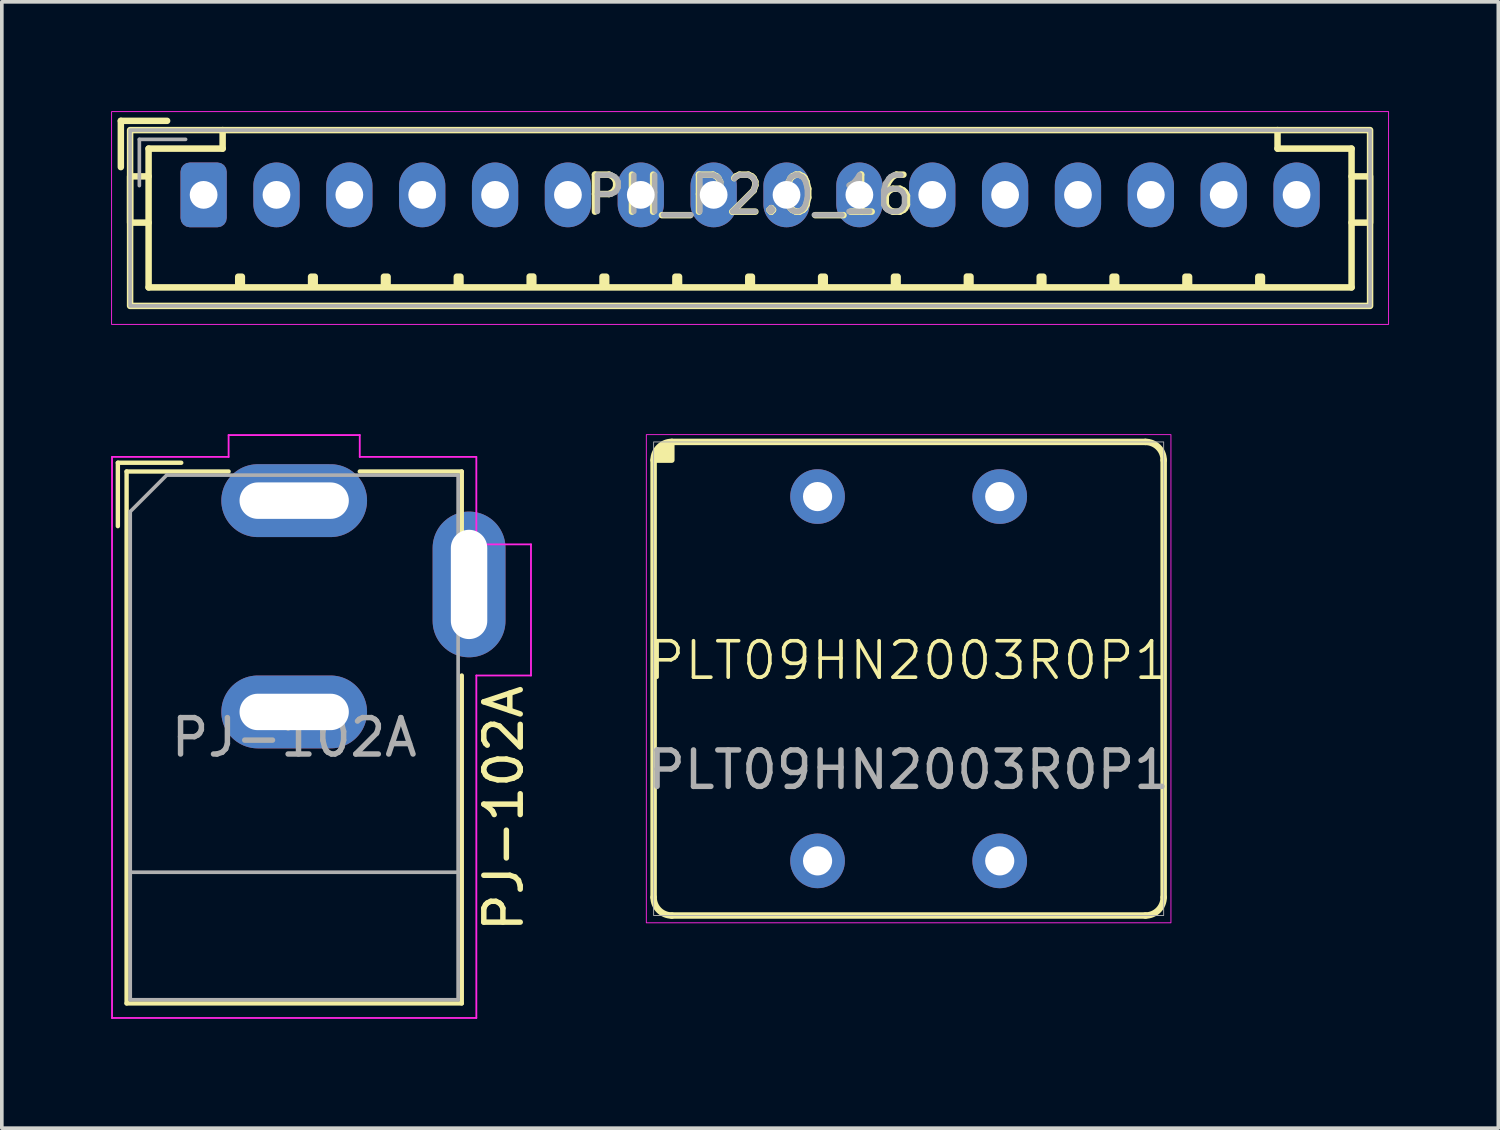
<source format=kicad_pcb>
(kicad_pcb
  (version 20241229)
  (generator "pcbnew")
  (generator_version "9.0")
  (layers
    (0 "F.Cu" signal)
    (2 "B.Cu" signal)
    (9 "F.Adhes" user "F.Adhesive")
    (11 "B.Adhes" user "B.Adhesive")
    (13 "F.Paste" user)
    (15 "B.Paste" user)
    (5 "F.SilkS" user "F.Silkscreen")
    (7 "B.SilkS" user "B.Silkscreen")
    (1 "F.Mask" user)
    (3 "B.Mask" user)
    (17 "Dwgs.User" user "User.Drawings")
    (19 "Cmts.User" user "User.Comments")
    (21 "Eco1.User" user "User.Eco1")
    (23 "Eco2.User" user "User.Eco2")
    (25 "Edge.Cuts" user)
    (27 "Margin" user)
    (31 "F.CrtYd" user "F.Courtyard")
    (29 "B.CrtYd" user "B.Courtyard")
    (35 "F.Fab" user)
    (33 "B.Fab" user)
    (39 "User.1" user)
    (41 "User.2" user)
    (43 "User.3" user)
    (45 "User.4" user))
  (footprint "PJ-102A"
    (layer "F.Cu")
    (at 5.025 10.692)
    (property "Reference" "PJ-102A" (at 5.75 8.45 90) (layer "F.SilkS") (effects (font (size 1 1) (thickness 0.15))))
    (attr through_hole)
    (fp_line (start -4.84 -1.04) (end -3.1 -1.04) (stroke (width 0.12) (type solid)) (layer "F.SilkS"))
    (fp_line (start -4.84 0.7) (end -4.84 -1.04) (stroke (width 0.12) (type solid)) (layer "F.SilkS"))
    (fp_line (start -4.6 -0.8) (end -1.8 -0.8) (stroke (width 0.12) (type solid)) (layer "F.SilkS"))
    (fp_line (start -4.6 13.8) (end -4.6 -0.8) (stroke (width 0.12) (type solid)) (layer "F.SilkS"))
    (fp_line (start 1.8 -0.8) (end 4.6 -0.8) (stroke (width 0.12) (type solid)) (layer "F.SilkS"))
    (fp_line (start 4.6 -0.8) (end 4.6 1.2) (stroke (width 0.12) (type solid)) (layer "F.SilkS"))
    (fp_line (start 4.6 4.8) (end 4.6 13.8) (stroke (width 0.12) (type solid)) (layer "F.SilkS"))
    (fp_line (start 4.6 13.8) (end -4.6 13.8) (stroke (width 0.12) (type solid)) (layer "F.SilkS"))
    (fp_line (start -5 -1.2) (end -1.8 -1.2) (stroke (width 0.05) (type solid)) (layer "F.CrtYd"))
    (fp_line (start -5 14.2) (end -5 -1.2) (stroke (width 0.05) (type solid)) (layer "F.CrtYd"))
    (fp_line (start -1.8 -1.8) (end 1.8 -1.8) (stroke (width 0.05) (type solid)) (layer "F.CrtYd"))
    (fp_line (start -1.8 -1.2) (end -1.8 -1.8) (stroke (width 0.05) (type solid)) (layer "F.CrtYd"))
    (fp_line (start 1.8 -1.8) (end 1.8 -1.2) (stroke (width 0.05) (type solid)) (layer "F.CrtYd"))
    (fp_line (start 1.8 -1.2) (end 5 -1.2) (stroke (width 0.05) (type solid)) (layer "F.CrtYd"))
    (fp_line (start 5 -1.2) (end 5 1.2) (stroke (width 0.05) (type solid)) (layer "F.CrtYd"))
    (fp_line (start 5 1.2) (end 6.5 1.2) (stroke (width 0.05) (type solid)) (layer "F.CrtYd"))
    (fp_line (start 5 4.8) (end 5 14.2) (stroke (width 0.05) (type solid)) (layer "F.CrtYd"))
    (fp_line (start 5 14.2) (end -5 14.2) (stroke (width 0.05) (type solid)) (layer "F.CrtYd"))
    (fp_line (start 6.5 1.2) (end 6.5 4.8) (stroke (width 0.05) (type solid)) (layer "F.CrtYd"))
    (fp_line (start 6.5 4.8) (end 5 4.8) (stroke (width 0.05) (type solid)) (layer "F.CrtYd"))
    (fp_line (start -4.5 0.3) (end -3.5 -0.7) (stroke (width 0.1) (type solid)) (layer "F.Fab"))
    (fp_line (start -4.5 10.2) (end 4.5 10.2) (stroke (width 0.1) (type solid)) (layer "F.Fab"))
    (fp_line (start -4.5 13.7) (end -4.5 0.3) (stroke (width 0.1) (type solid)) (layer "F.Fab"))
    (fp_line (start -3.5 -0.7) (end 4.5 -0.7) (stroke (width 0.1) (type solid)) (layer "F.Fab"))
    (fp_line (start 4.5 -0.7) (end 4.5 13.7) (stroke (width 0.1) (type solid)) (layer "F.Fab"))
    (fp_line (start 4.5 13.7) (end -4.5 13.7) (stroke (width 0.1) (type solid)) (layer "F.Fab"))
    (fp_text user "${REFERENCE}" (at 0 6.5 0) (layer "F.Fab") (effects (font (size 1 1) (thickness 0.15))))
    (pad "1" thru_hole oval (at 0 0) (size 4 2) (drill oval 3 1) (layers "*.Cu" "*.Mask"))
    (pad "2" thru_hole oval (at 0 5.8) (size 4 2) (drill oval 3 1) (layers "*.Cu" "*.Mask"))
    (pad "3" thru_hole oval (at 4.8 2.3) (size 2 4) (drill oval 1 3) (layers "*.Cu" "*.Mask")))
  (footprint "PLT09HN2003R0P1"
    (layer "F.Cu")
    (at 21.891 15.58)
    (property "Reference" "PLT09HN2003R0P1" (at 0 -0.5 0) (unlocked yes) (layer "F.SilkS") (effects (font (size 1 1) (thickness 0.1))))
    (attr through_hole)
    (fp_line (start -7 6) (end -7 -6) (stroke (width 0.178) (type default)) (layer "F.SilkS"))
    (fp_line (start -6.5 -6.5) (end 6.5 -6.5) (stroke (width 0.178) (type default)) (layer "F.SilkS"))
    (fp_line (start 6.5 6.5) (end -6.5 6.5) (stroke (width 0.178) (type default)) (layer "F.SilkS"))
    (fp_line (start 7 -6) (end 7 6) (stroke (width 0.178) (type default)) (layer "F.SilkS"))
    (fp_arc (start -7 -6) (mid -6.853553 -6.353553) (end -6.5 -6.5) (stroke (width 0.1778) (type default)) (layer "F.SilkS"))
    (fp_arc (start -6.5 6.5) (mid -6.853553 6.353553) (end -7 6) (stroke (width 0.1778) (type default)) (layer "F.SilkS"))
    (fp_arc (start 6.5 -6.5) (mid 6.853553 -6.353553) (end 7 -6) (stroke (width 0.1778) (type default)) (layer "F.SilkS"))
    (fp_arc (start 7 6) (mid 6.853553 6.353553) (end 6.5 6.5) (stroke (width 0.1778) (type default)) (layer "F.SilkS"))
    (fp_poly (pts (xy -7 -6) (xy -6.5 -6) (xy -6.5 -6.5)) (stroke (width 0.15) (type solid)) (fill yes) (layer "F.SilkS"))
    (fp_rect (start -7.2 -6.7) (end 7.2 6.7) (stroke (width 0.025) (type default)) (fill no) (layer "F.CrtYd"))
    (fp_rect (start -7 -6.5) (end 7 6.5) (stroke (width 0.025) (type default)) (fill no) (layer "F.Fab"))
    (fp_text user "${REFERENCE}" (at 0 2.5 0) (unlocked yes) (layer "F.Fab") (effects (font (size 1 1) (thickness 0.15))))
    (pad "1" thru_hole circle (at -2.5 -5) (size 1.5 1.5) (drill 0.8) (layers "*.Cu" "*.Mask"))
    (pad "2" thru_hole circle (at 2.5 -5) (size 1.5 1.5) (drill 0.8) (layers "*.Cu" "*.Mask"))
    (pad "3" thru_hole circle (at 2.5 5) (size 1.5 1.5) (drill 0.8) (layers "*.Cu" "*.Mask"))
    (pad "4" thru_hole circle (at -2.5 5) (size 1.5 1.5) (drill 0.8) (layers "*.Cu" "*.Mask")))
  (footprint "PH_P2.0_16"
    (layer "F.Cu")
    (at 17.539 2.299)
    (property "Reference" "PH_P2.0_16" (at 0 0 0) (layer "F.SilkS") (effects (font (size 1.016 1.016) (thickness 0.178))))
    (fp_line (start -17.272 -2.032) (end -17.272 -0.762) (stroke (width 0.178) (type solid)) (layer "F.SilkS"))
    (fp_line (start -17.272 -2.032) (end -16.002 -2.032) (stroke (width 0.178) (type solid)) (layer "F.SilkS"))
    (fp_line (start -16.51 -1.27) (end -16.51 -0.508) (stroke (width 0.178) (type solid)) (layer "F.SilkS"))
    (fp_line (start -16.51 0.762) (end -16.51 2.54) (stroke (width 0.178) (type solid)) (layer "F.SilkS"))
    (fp_line (start -14.478 -1.778) (end -14.478 -1.27) (stroke (width 0.178) (type solid)) (layer "F.SilkS"))
    (fp_line (start -14.478 -1.27) (end -16.51 -1.27) (stroke (width 0.178) (type solid)) (layer "F.SilkS"))
    (fp_line (start 14.478 -1.778) (end 14.478 -1.27) (stroke (width 0.178) (type solid)) (layer "F.SilkS"))
    (fp_line (start 14.478 -1.27) (end 16.51 -1.27) (stroke (width 0.178) (type solid)) (layer "F.SilkS"))
    (fp_line (start 16.51 -1.27) (end 16.51 -0.508) (stroke (width 0.178) (type solid)) (layer "F.SilkS"))
    (fp_line (start 16.51 0.762) (end 16.51 2.54) (stroke (width 0.178) (type solid)) (layer "F.SilkS"))
    (fp_line (start 16.51 2.54) (end -16.51 2.54) (stroke (width 0.178) (type solid)) (layer "F.SilkS"))
    (fp_rect (start -17.018 -1.778) (end 17.018 3.048) (stroke (width 0.178) (type solid)) (fill no) (layer "F.SilkS"))
    (fp_rect (start -17.018 -0.508) (end -16.51 0.762) (stroke (width 0.178) (type solid)) (fill no) (layer "F.SilkS"))
    (fp_rect (start -14.05 2.246) (end -13.95 2.5) (stroke (width 0.178) (type solid)) (fill no) (layer "F.SilkS"))
    (fp_rect (start -12.05 2.246) (end -11.95 2.5) (stroke (width 0.178) (type solid)) (fill no) (layer "F.SilkS"))
    (fp_rect (start -10.05 2.246) (end -9.95 2.5) (stroke (width 0.178) (type solid)) (fill no) (layer "F.SilkS"))
    (fp_rect (start -8.05 2.246) (end -7.95 2.5) (stroke (width 0.178) (type solid)) (fill no) (layer "F.SilkS"))
    (fp_rect (start -6.05 2.242) (end -5.95 2.496) (stroke (width 0.178) (type solid)) (fill no) (layer "F.SilkS"))
    (fp_rect (start -4.05 2.246) (end -3.95 2.5) (stroke (width 0.178) (type solid)) (fill no) (layer "F.SilkS"))
    (fp_rect (start -2.05 2.246) (end -1.95 2.5) (stroke (width 0.178) (type solid)) (fill no) (layer "F.SilkS"))
    (fp_rect (start -0.05 2.246) (end 0.05 2.5) (stroke (width 0.178) (type solid)) (fill no) (layer "F.SilkS"))
    (fp_rect (start 1.95 2.246) (end 2.05 2.5) (stroke (width 0.178) (type solid)) (fill no) (layer "F.SilkS"))
    (fp_rect (start 3.95 2.246) (end 4.05 2.5) (stroke (width 0.178) (type solid)) (fill no) (layer "F.SilkS"))
    (fp_rect (start 5.95 2.242) (end 6.05 2.496) (stroke (width 0.178) (type solid)) (fill no) (layer "F.SilkS"))
    (fp_rect (start 7.95 2.246) (end 8.05 2.5) (stroke (width 0.178) (type solid)) (fill no) (layer "F.SilkS"))
    (fp_rect (start 9.95 2.246) (end 10.05 2.5) (stroke (width 0.178) (type solid)) (fill no) (layer "F.SilkS"))
    (fp_rect (start 11.95 2.246) (end 12.05 2.5) (stroke (width 0.178) (type solid)) (fill no) (layer "F.SilkS"))
    (fp_rect (start 13.95 2.246) (end 14.05 2.5) (stroke (width 0.178) (type solid)) (fill no) (layer "F.SilkS"))
    (fp_rect (start 16.51 -0.508) (end 17.018 0.762) (stroke (width 0.178) (type solid)) (fill no) (layer "F.SilkS"))
    (fp_rect (start -17.526 -2.286) (end 17.526 3.556) (stroke (width 0.025) (type solid)) (fill no) (layer "F.CrtYd"))
    (fp_line (start -16.764 -1.524) (end -16.764 -0.254) (stroke (width 0.1) (type solid)) (layer "F.Fab"))
    (fp_line (start -15.494 -1.524) (end -16.764 -1.524) (stroke (width 0.1) (type solid)) (layer "F.Fab"))
    (fp_rect (start -17.018 -1.778) (end 17.018 3.048) (stroke (width 0.1) (type solid)) (fill no) (layer "F.Fab"))
    (fp_text user "${REFERENCE}" (at 0 0 0) (layer "F.Fab") (effects (font (size 1 1) (thickness 0.15))))
    (pad "1" thru_hole roundrect (at -15 0) (size 1.27 1.778) (drill 0.762) (layers "*.Cu" "*.Mask") (roundrect_rratio 0.2))
    (pad "2" thru_hole oval (at -13 0) (size 1.27 1.778) (drill 0.762) (layers "*.Cu" "*.Mask"))
    (pad "3" thru_hole oval (at -11 0) (size 1.27 1.778) (drill 0.762) (layers "*.Cu" "*.Mask"))
    (pad "4" thru_hole oval (at -9 0) (size 1.27 1.778) (drill 0.762) (layers "*.Cu" "*.Mask"))
    (pad "5" thru_hole oval (at -7 0) (size 1.27 1.778) (drill 0.762) (layers "*.Cu" "*.Mask"))
    (pad "6" thru_hole oval (at -5 0) (size 1.27 1.778) (drill 0.762) (layers "*.Cu" "*.Mask"))
    (pad "7" thru_hole oval (at -3 0) (size 1.27 1.778) (drill 0.762) (layers "*.Cu" "*.Mask"))
    (pad "8" thru_hole oval (at -1 0) (size 1.27 1.778) (drill 0.762) (layers "*.Cu" "*.Mask"))
    (pad "9" thru_hole oval (at 1 0) (size 1.27 1.778) (drill 0.762) (layers "*.Cu" "*.Mask"))
    (pad "10" thru_hole oval (at 3 0) (size 1.27 1.778) (drill 0.762) (layers "*.Cu" "*.Mask"))
    (pad "11" thru_hole oval (at 5 0) (size 1.27 1.778) (drill 0.762) (layers "*.Cu" "*.Mask"))
    (pad "12" thru_hole oval (at 7 0) (size 1.27 1.778) (drill 0.762) (layers "*.Cu" "*.Mask"))
    (pad "13" thru_hole oval (at 9 0) (size 1.27 1.778) (drill 0.762) (layers "*.Cu" "*.Mask"))
    (pad "14" thru_hole oval (at 11 0) (size 1.27 1.778) (drill 0.762) (layers "*.Cu" "*.Mask"))
    (pad "15" thru_hole oval (at 13 0) (size 1.27 1.778) (drill 0.762) (layers "*.Cu" "*.Mask"))
    (pad "16" thru_hole oval (at 15 0) (size 1.27 1.778) (drill 0.762) (layers "*.Cu" "*.Mask")))
  (gr_rect
    (start -3 -3)
    (end 38.077 27.917)
    (stroke (width 0.1) (type default))
    (fill no)
    (layer "Edge.Cuts")))
</source>
